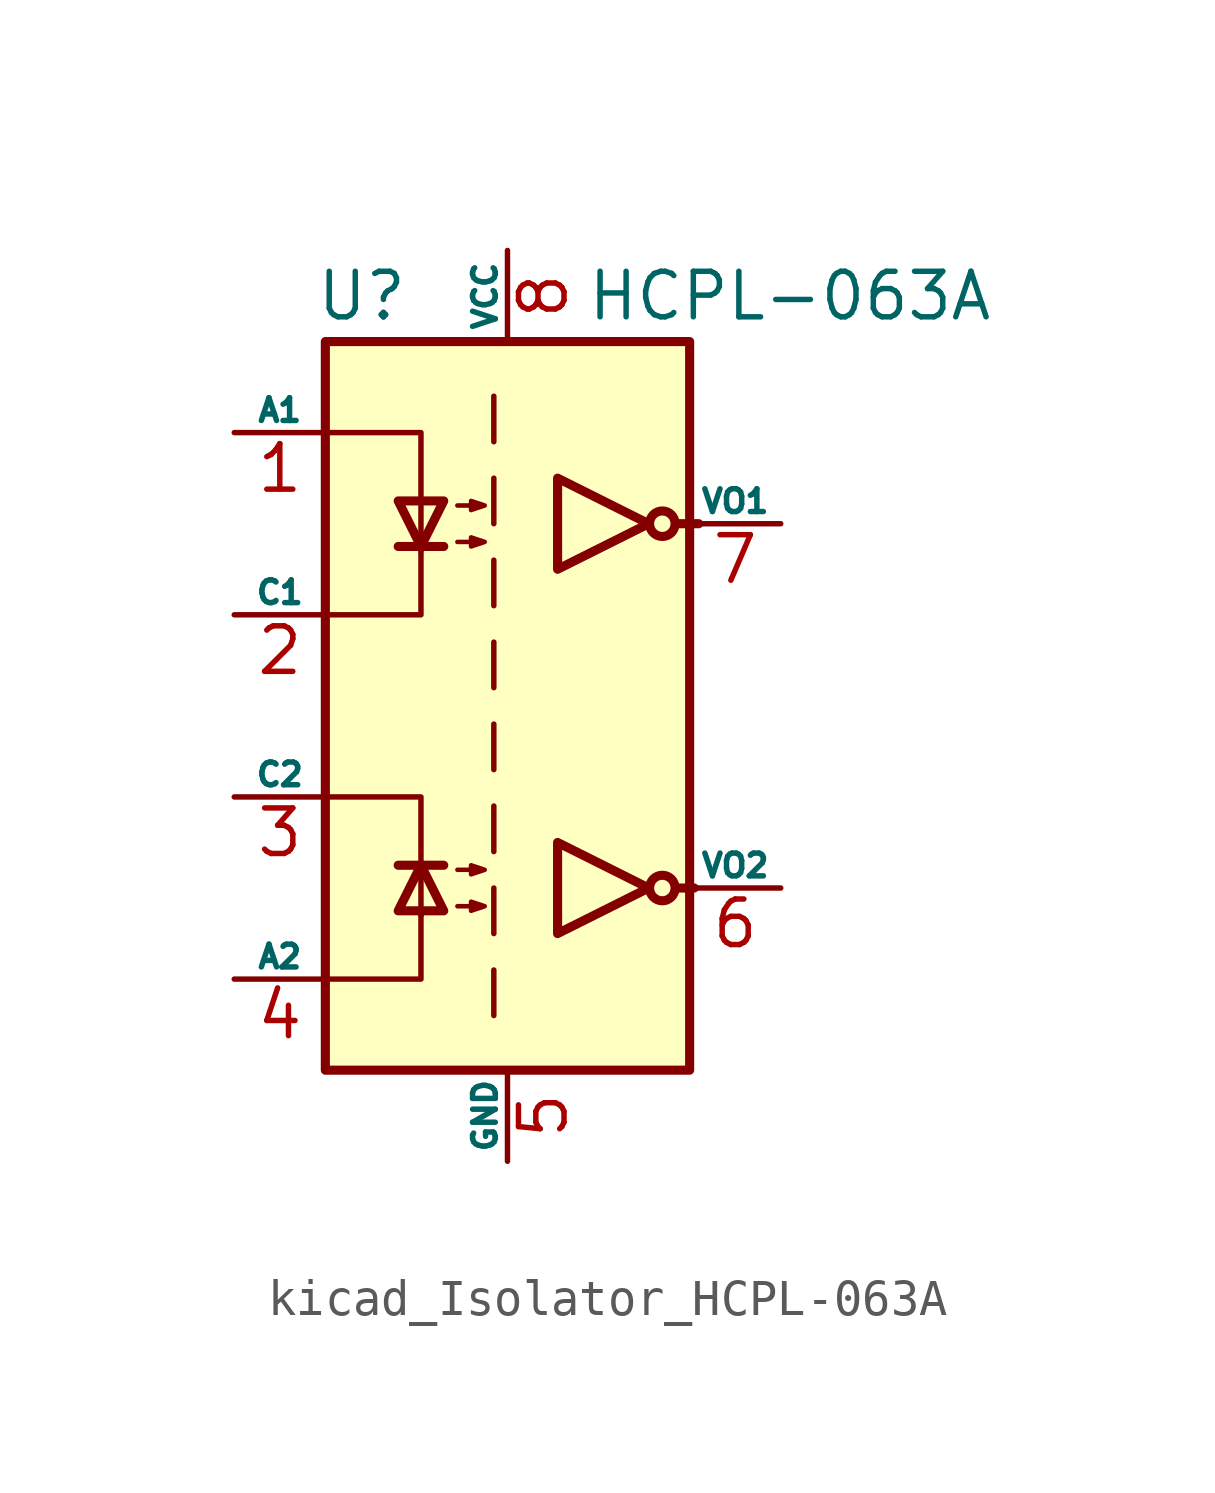
<source format=kicad_sym>
(kicad_symbol_lib
  (version 20220914)
  (generator kicad_symbol_editor)
  (symbol "kicad_Isolator_HCPL-063A"
    (pin_names
      (offset 0))
    (property "Reference" "U"
      (at -4.064 11.43 0)
      (effects (font (size 1.27 1.27))))
    (property "Value" "HCPL-063A"
      (at 7.874 11.43 0)
      (effects (font (size 1.27 1.27))))
    (symbol "kicad_Isolator_HCPL-063A_0_1"
      (rectangle (start -5.08 10.16) (end 5.08 -10.16) (stroke (width 0.254) (type default)) (fill (type background))))
    (symbol "kicad_Isolator_HCPL-063A_1_1"
      (polyline (pts (xy -3.048 -4.445) (xy -1.778 -4.445)) (stroke (width 0.254) (type default)) (fill (type none)))
      (polyline (pts (xy -3.048 4.445) (xy -1.778 4.445)) (stroke (width 0.254) (type default)) (fill (type none)))
      (polyline (pts (xy -0.381 -7.366) (xy -0.381 -8.636)) (stroke (width 0) (type default)) (fill (type none)))
      (polyline (pts (xy -0.381 -5.08) (xy -0.381 -6.35)) (stroke (width 0) (type default)) (fill (type none)))
      (polyline (pts (xy -0.381 -2.794) (xy -0.381 -4.064)) (stroke (width 0) (type default)) (fill (type none)))
      (polyline (pts (xy -0.381 -0.508) (xy -0.381 -1.778)) (stroke (width 0) (type default)) (fill (type none)))
      (polyline (pts (xy -0.381 1.778) (xy -0.381 0.508)) (stroke (width 0) (type default)) (fill (type none)))
      (polyline (pts (xy -0.381 4.064) (xy -0.381 2.794)) (stroke (width 0) (type default)) (fill (type none)))
      (polyline (pts (xy -0.381 6.35) (xy -0.381 5.08)) (stroke (width 0) (type default)) (fill (type none)))
      (polyline (pts (xy -0.381 8.636) (xy -0.381 7.366)) (stroke (width 0) (type default)) (fill (type none)))
      (polyline (pts (xy 4.699 -5.08) (xy 5.207 -5.08)) (stroke (width 0.254) (type default)) (fill (type none)))
      (polyline (pts (xy 4.699 5.08) (xy 5.334 5.08)) (stroke (width 0.254) (type default)) (fill (type none)))
      (polyline (pts (xy -4.953 -7.62) (xy -2.413 -7.62) (xy -2.413 -5.715)) (stroke (width 0) (type default)) (fill (type none)))
      (polyline (pts (xy -4.953 7.62) (xy -2.413 7.62) (xy -2.413 4.318)) (stroke (width 0) (type default)) (fill (type none)))
      (polyline (pts (xy -2.413 -5.842) (xy -2.413 -2.54) (xy -4.953 -2.54)) (stroke (width 0) (type default)) (fill (type none)))
      (polyline (pts (xy -2.413 4.445) (xy -2.413 2.54) (xy -4.953 2.54)) (stroke (width 0) (type default)) (fill (type none)))
      (polyline (pts (xy -2.413 -4.445) (xy -3.048 -5.715) (xy -1.778 -5.715) (xy -2.413 -4.445)) (stroke (width 0.254) (type default)) (fill (type none)))
      (polyline (pts (xy -2.413 4.445) (xy -3.048 5.715) (xy -1.778 5.715) (xy -2.413 4.445)) (stroke (width 0.254) (type default)) (fill (type none)))
      (polyline (pts (xy 3.937 -5.08) (xy 1.397 -3.81) (xy 1.397 -6.35) (xy 3.937 -5.08)) (stroke (width 0.254) (type default)) (fill (type none)))
      (polyline (pts (xy 3.937 5.08) (xy 1.397 6.35) (xy 1.397 3.81) (xy 3.937 5.08)) (stroke (width 0.254) (type default)) (fill (type none)))
      (polyline (pts (xy -1.397 -5.588) (xy -0.635 -5.588) (xy -1.016 -5.715) (xy -1.016 -5.461) (xy -0.635 -5.588)) (stroke (width 0.127) (type default)) (fill (type none)))
      (polyline (pts (xy -1.397 -4.572) (xy -0.635 -4.572) (xy -1.016 -4.699) (xy -1.016 -4.445) (xy -0.635 -4.572)) (stroke (width 0.127) (type default)) (fill (type none)))
      (polyline (pts (xy -1.397 4.572) (xy -0.635 4.572) (xy -1.016 4.445) (xy -1.016 4.699) (xy -0.635 4.572)) (stroke (width 0.127) (type default)) (fill (type none)))
      (polyline (pts (xy -1.397 5.588) (xy -0.635 5.588) (xy -1.016 5.461) (xy -1.016 5.715) (xy -0.635 5.588)) (stroke (width 0.127) (type default)) (fill (type none)))
      (circle (center 4.318 -5.08) (radius 0.356) (stroke (width 0.254) (type default)) (fill (type none)))
      (circle (center 4.318 5.08) (radius 0.356) (stroke (width 0.254) (type default)) (fill (type none)))
      (pin passive line (at -7.62 7.62 0) (length 2.54) (name "A1" (effects (font (size 0.635 0.635)))) (number "1" (effects (font (size 1.27 1.27)))))
      (pin passive line (at -7.62 2.54 0) (length 2.54) (name "C1" (effects (font (size 0.635 0.635)))) (number "2" (effects (font (size 1.27 1.27)))))
      (pin passive line (at -7.62 -2.54 0) (length 2.54) (name "C2" (effects (font (size 0.635 0.635)))) (number "3" (effects (font (size 1.27 1.27)))))
      (pin passive line (at -7.62 -7.62 0) (length 2.54) (name "A2" (effects (font (size 0.635 0.635)))) (number "4" (effects (font (size 1.27 1.27)))))
      (pin power_in line (at 0 -12.7 90) (length 2.54) (name "GND" (effects (font (size 0.635 0.635)))) (number "5" (effects (font (size 1.27 1.27)))))
      (pin open_collector line (at 7.62 -5.08 180) (length 2.54) (name "VO2" (effects (font (size 0.635 0.635)))) (number "6" (effects (font (size 1.27 1.27)))))
      (pin open_collector line (at 7.62 5.08 180) (length 2.54) (name "VO1" (effects (font (size 0.635 0.635)))) (number "7" (effects (font (size 1.27 1.27)))))
      (pin power_in line (at 0 12.7 270) (length 2.54) (name "VCC" (effects (font (size 0.635 0.635)))) (number "8" (effects (font (size 1.27 1.27))))))))
</source>
